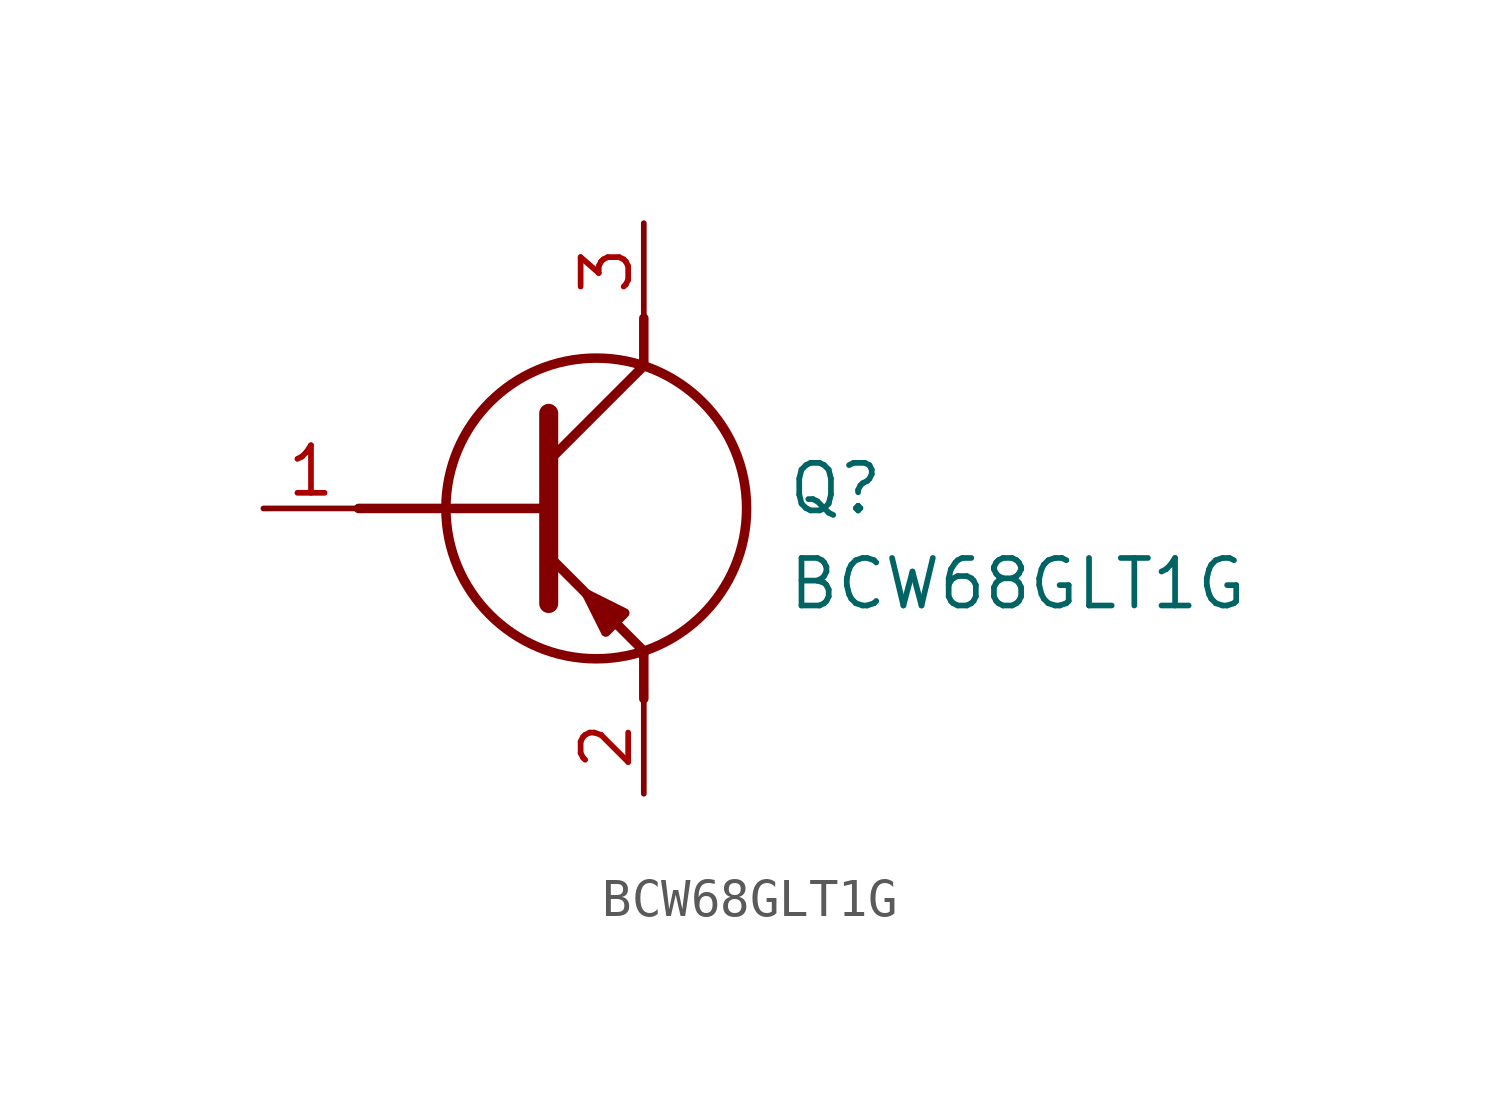
<source format=kicad_sym>
(kicad_symbol_lib
  (version 20211014)
  (generator SamacSys_ECAD_Model)
  (symbol "BCW68GLT1G"
    (pin_names hide)
    (property "Reference" "Q"
      (at 13.97 1.27 0)
      (effects (font (size 1.27 1.27)) (justify left top)))
    (property "Value" "BCW68GLT1G"
      (at 13.97 -1.27 0)
      (effects (font (size 1.27 1.27)) (justify left top)))
    (polyline
      (pts (xy 7.62 2.54) (xy 7.62 -2.54))
      (stroke (width 0.508) (type default))
      (fill (type none)))
    (polyline
      (pts (xy 7.62 1.27) (xy 10.16 3.81))
      (stroke (width 0.254) (type default))
      (fill (type none)))
    (polyline
      (pts (xy 7.62 -1.27) (xy 10.16 -3.81))
      (stroke (width 0.254) (type default))
      (fill (type none)))
    (polyline
      (pts (xy 10.16 -3.81) (xy 10.16 -5.08))
      (stroke (width 0.254) (type default))
      (fill (type none)))
    (polyline
      (pts (xy 10.16 3.81) (xy 10.16 5.08))
      (stroke (width 0.254) (type default))
      (fill (type none)))
    (polyline
      (pts (xy 2.54 0) (xy 7.62 0))
      (stroke (width 0.254) (type default))
      (fill (type none)))
    (circle
      (center 8.89 0)
      (radius 4.016)
      (stroke (width 0.254) (type default))
      (fill (type none)))
    (polyline
      (pts (xy 9.652 -2.794) (xy 9.144 -3.302) (xy 8.636 -2.286) (xy 9.652 -2.794))
      (stroke (width 0.254) (type default))
      (fill (type outline)))
    (pin passive line
      (at 0 0 0)
      (length 2.54)
      (name "B" (effects (font (size 1.27 1.27))))
      (number "1" (effects (font (size 1.27 1.27)))))
    (pin passive line
      (at 10.16 -7.62 90)
      (length 2.54)
      (name "E" (effects (font (size 1.27 1.27))))
      (number "2" (effects (font (size 1.27 1.27)))))
    (pin passive line
      (at 10.16 7.62 270)
      (length 2.54)
      (name "C" (effects (font (size 1.27 1.27))))
      (number "3" (effects (font (size 1.27 1.27)))))))
</source>
